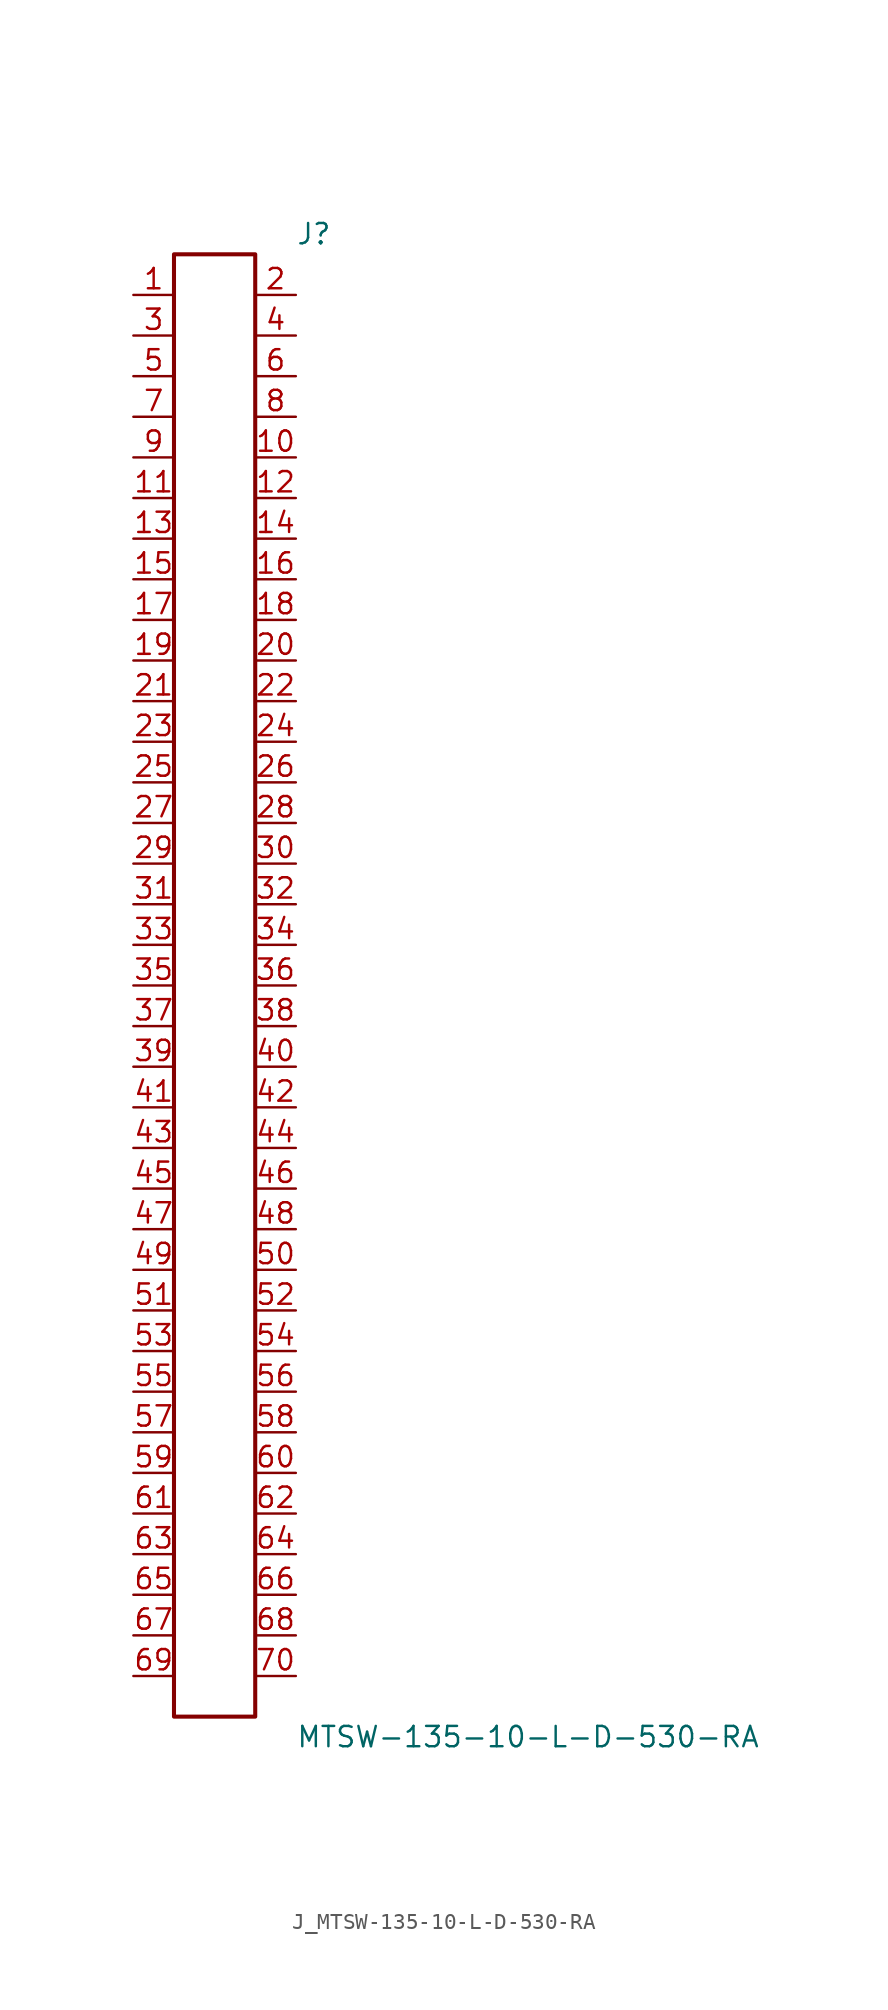
<source format=kicad_sym>
(kicad_symbol_lib
  (version 20231120)
  (generator kicad_symbol_editor)
  (generator_version 8.0)
  (symbol "J_MTSW-135-10-L-D-530-RA"
    (pin_names
      (offset 0.254))
    (property "Reference" "J"
      (at 5.08 46.99 0)
      (effects (font (size 1.27 1.27)) (justify left)))
    (property "Value" "MTSW-135-10-L-D-530-RA"
      (at 5.08 -46.99 0)
      (effects (font (size 1.27 1.27)) (justify left)))
    (symbol "J_MTSW-135-10-L-D-530-RA_0_0"
      (pin passive line (at -5.08 43.18 0) (length 2.54) (name "" (effects (font (size 1.27 1.27)))) (number "1" (effects (font (size 1.27 1.27)))))
      (pin passive line (at 5.08 43.18 180) (length 2.54) (name "" (effects (font (size 1.27 1.27)))) (number "2" (effects (font (size 1.27 1.27)))))
      (pin passive line (at -5.08 40.64 0) (length 2.54) (name "" (effects (font (size 1.27 1.27)))) (number "3" (effects (font (size 1.27 1.27)))))
      (pin passive line (at 5.08 40.64 180) (length 2.54) (name "" (effects (font (size 1.27 1.27)))) (number "4" (effects (font (size 1.27 1.27)))))
      (pin passive line (at -5.08 38.1 0) (length 2.54) (name "" (effects (font (size 1.27 1.27)))) (number "5" (effects (font (size 1.27 1.27)))))
      (pin passive line (at 5.08 38.1 180) (length 2.54) (name "" (effects (font (size 1.27 1.27)))) (number "6" (effects (font (size 1.27 1.27)))))
      (pin passive line (at -5.08 35.56 0) (length 2.54) (name "" (effects (font (size 1.27 1.27)))) (number "7" (effects (font (size 1.27 1.27)))))
      (pin passive line (at 5.08 35.56 180) (length 2.54) (name "" (effects (font (size 1.27 1.27)))) (number "8" (effects (font (size 1.27 1.27)))))
      (pin passive line (at -5.08 33.02 0) (length 2.54) (name "" (effects (font (size 1.27 1.27)))) (number "9" (effects (font (size 1.27 1.27)))))
      (pin passive line (at 5.08 33.02 180) (length 2.54) (name "" (effects (font (size 1.27 1.27)))) (number "10" (effects (font (size 1.27 1.27)))))
      (pin passive line (at -5.08 30.48 0) (length 2.54) (name "" (effects (font (size 1.27 1.27)))) (number "11" (effects (font (size 1.27 1.27)))))
      (pin passive line (at 5.08 30.48 180) (length 2.54) (name "" (effects (font (size 1.27 1.27)))) (number "12" (effects (font (size 1.27 1.27)))))
      (pin passive line (at -5.08 27.94 0) (length 2.54) (name "" (effects (font (size 1.27 1.27)))) (number "13" (effects (font (size 1.27 1.27)))))
      (pin passive line (at 5.08 27.94 180) (length 2.54) (name "" (effects (font (size 1.27 1.27)))) (number "14" (effects (font (size 1.27 1.27)))))
      (pin passive line (at -5.08 25.4 0) (length 2.54) (name "" (effects (font (size 1.27 1.27)))) (number "15" (effects (font (size 1.27 1.27)))))
      (pin passive line (at 5.08 25.4 180) (length 2.54) (name "" (effects (font (size 1.27 1.27)))) (number "16" (effects (font (size 1.27 1.27)))))
      (pin passive line (at -5.08 22.86 0) (length 2.54) (name "" (effects (font (size 1.27 1.27)))) (number "17" (effects (font (size 1.27 1.27)))))
      (pin passive line (at 5.08 22.86 180) (length 2.54) (name "" (effects (font (size 1.27 1.27)))) (number "18" (effects (font (size 1.27 1.27)))))
      (pin passive line (at -5.08 20.32 0) (length 2.54) (name "" (effects (font (size 1.27 1.27)))) (number "19" (effects (font (size 1.27 1.27)))))
      (pin passive line (at 5.08 20.32 180) (length 2.54) (name "" (effects (font (size 1.27 1.27)))) (number "20" (effects (font (size 1.27 1.27)))))
      (pin passive line (at -5.08 17.78 0) (length 2.54) (name "" (effects (font (size 1.27 1.27)))) (number "21" (effects (font (size 1.27 1.27)))))
      (pin passive line (at 5.08 17.78 180) (length 2.54) (name "" (effects (font (size 1.27 1.27)))) (number "22" (effects (font (size 1.27 1.27)))))
      (pin passive line (at -5.08 15.24 0) (length 2.54) (name "" (effects (font (size 1.27 1.27)))) (number "23" (effects (font (size 1.27 1.27)))))
      (pin passive line (at 5.08 15.24 180) (length 2.54) (name "" (effects (font (size 1.27 1.27)))) (number "24" (effects (font (size 1.27 1.27)))))
      (pin passive line (at -5.08 12.7 0) (length 2.54) (name "" (effects (font (size 1.27 1.27)))) (number "25" (effects (font (size 1.27 1.27)))))
      (pin passive line (at 5.08 12.7 180) (length 2.54) (name "" (effects (font (size 1.27 1.27)))) (number "26" (effects (font (size 1.27 1.27)))))
      (pin passive line (at -5.08 10.16 0) (length 2.54) (name "" (effects (font (size 1.27 1.27)))) (number "27" (effects (font (size 1.27 1.27)))))
      (pin passive line (at 5.08 10.16 180) (length 2.54) (name "" (effects (font (size 1.27 1.27)))) (number "28" (effects (font (size 1.27 1.27)))))
      (pin passive line (at -5.08 7.62 0) (length 2.54) (name "" (effects (font (size 1.27 1.27)))) (number "29" (effects (font (size 1.27 1.27)))))
      (pin passive line (at 5.08 7.62 180) (length 2.54) (name "" (effects (font (size 1.27 1.27)))) (number "30" (effects (font (size 1.27 1.27)))))
      (pin passive line (at -5.08 5.08 0) (length 2.54) (name "" (effects (font (size 1.27 1.27)))) (number "31" (effects (font (size 1.27 1.27)))))
      (pin passive line (at 5.08 5.08 180) (length 2.54) (name "" (effects (font (size 1.27 1.27)))) (number "32" (effects (font (size 1.27 1.27)))))
      (pin passive line (at -5.08 2.54 0) (length 2.54) (name "" (effects (font (size 1.27 1.27)))) (number "33" (effects (font (size 1.27 1.27)))))
      (pin passive line (at 5.08 2.54 180) (length 2.54) (name "" (effects (font (size 1.27 1.27)))) (number "34" (effects (font (size 1.27 1.27)))))
      (pin passive line (at -5.08 0.0 0) (length 2.54) (name "" (effects (font (size 1.27 1.27)))) (number "35" (effects (font (size 1.27 1.27)))))
      (pin passive line (at 5.08 0.0 180) (length 2.54) (name "" (effects (font (size 1.27 1.27)))) (number "36" (effects (font (size 1.27 1.27)))))
      (pin passive line (at -5.08 -2.54 0) (length 2.54) (name "" (effects (font (size 1.27 1.27)))) (number "37" (effects (font (size 1.27 1.27)))))
      (pin passive line (at 5.08 -2.54 180) (length 2.54) (name "" (effects (font (size 1.27 1.27)))) (number "38" (effects (font (size 1.27 1.27)))))
      (pin passive line (at -5.08 -5.08 0) (length 2.54) (name "" (effects (font (size 1.27 1.27)))) (number "39" (effects (font (size 1.27 1.27)))))
      (pin passive line (at 5.08 -5.08 180) (length 2.54) (name "" (effects (font (size 1.27 1.27)))) (number "40" (effects (font (size 1.27 1.27)))))
      (pin passive line (at -5.08 -7.62 0) (length 2.54) (name "" (effects (font (size 1.27 1.27)))) (number "41" (effects (font (size 1.27 1.27)))))
      (pin passive line (at 5.08 -7.62 180) (length 2.54) (name "" (effects (font (size 1.27 1.27)))) (number "42" (effects (font (size 1.27 1.27)))))
      (pin passive line (at -5.08 -10.16 0) (length 2.54) (name "" (effects (font (size 1.27 1.27)))) (number "43" (effects (font (size 1.27 1.27)))))
      (pin passive line (at 5.08 -10.16 180) (length 2.54) (name "" (effects (font (size 1.27 1.27)))) (number "44" (effects (font (size 1.27 1.27)))))
      (pin passive line (at -5.08 -12.7 0) (length 2.54) (name "" (effects (font (size 1.27 1.27)))) (number "45" (effects (font (size 1.27 1.27)))))
      (pin passive line (at 5.08 -12.7 180) (length 2.54) (name "" (effects (font (size 1.27 1.27)))) (number "46" (effects (font (size 1.27 1.27)))))
      (pin passive line (at -5.08 -15.24 0) (length 2.54) (name "" (effects (font (size 1.27 1.27)))) (number "47" (effects (font (size 1.27 1.27)))))
      (pin passive line (at 5.08 -15.24 180) (length 2.54) (name "" (effects (font (size 1.27 1.27)))) (number "48" (effects (font (size 1.27 1.27)))))
      (pin passive line (at -5.08 -17.78 0) (length 2.54) (name "" (effects (font (size 1.27 1.27)))) (number "49" (effects (font (size 1.27 1.27)))))
      (pin passive line (at 5.08 -17.78 180) (length 2.54) (name "" (effects (font (size 1.27 1.27)))) (number "50" (effects (font (size 1.27 1.27)))))
      (pin passive line (at -5.08 -20.32 0) (length 2.54) (name "" (effects (font (size 1.27 1.27)))) (number "51" (effects (font (size 1.27 1.27)))))
      (pin passive line (at 5.08 -20.32 180) (length 2.54) (name "" (effects (font (size 1.27 1.27)))) (number "52" (effects (font (size 1.27 1.27)))))
      (pin passive line (at -5.08 -22.86 0) (length 2.54) (name "" (effects (font (size 1.27 1.27)))) (number "53" (effects (font (size 1.27 1.27)))))
      (pin passive line (at 5.08 -22.86 180) (length 2.54) (name "" (effects (font (size 1.27 1.27)))) (number "54" (effects (font (size 1.27 1.27)))))
      (pin passive line (at -5.08 -25.4 0) (length 2.54) (name "" (effects (font (size 1.27 1.27)))) (number "55" (effects (font (size 1.27 1.27)))))
      (pin passive line (at 5.08 -25.4 180) (length 2.54) (name "" (effects (font (size 1.27 1.27)))) (number "56" (effects (font (size 1.27 1.27)))))
      (pin passive line (at -5.08 -27.94 0) (length 2.54) (name "" (effects (font (size 1.27 1.27)))) (number "57" (effects (font (size 1.27 1.27)))))
      (pin passive line (at 5.08 -27.94 180) (length 2.54) (name "" (effects (font (size 1.27 1.27)))) (number "58" (effects (font (size 1.27 1.27)))))
      (pin passive line (at -5.08 -30.48 0) (length 2.54) (name "" (effects (font (size 1.27 1.27)))) (number "59" (effects (font (size 1.27 1.27)))))
      (pin passive line (at 5.08 -30.48 180) (length 2.54) (name "" (effects (font (size 1.27 1.27)))) (number "60" (effects (font (size 1.27 1.27)))))
      (pin passive line (at -5.08 -33.02 0) (length 2.54) (name "" (effects (font (size 1.27 1.27)))) (number "61" (effects (font (size 1.27 1.27)))))
      (pin passive line (at 5.08 -33.02 180) (length 2.54) (name "" (effects (font (size 1.27 1.27)))) (number "62" (effects (font (size 1.27 1.27)))))
      (pin passive line (at -5.08 -35.56 0) (length 2.54) (name "" (effects (font (size 1.27 1.27)))) (number "63" (effects (font (size 1.27 1.27)))))
      (pin passive line (at 5.08 -35.56 180) (length 2.54) (name "" (effects (font (size 1.27 1.27)))) (number "64" (effects (font (size 1.27 1.27)))))
      (pin passive line (at -5.08 -38.1 0) (length 2.54) (name "" (effects (font (size 1.27 1.27)))) (number "65" (effects (font (size 1.27 1.27)))))
      (pin passive line (at 5.08 -38.1 180) (length 2.54) (name "" (effects (font (size 1.27 1.27)))) (number "66" (effects (font (size 1.27 1.27)))))
      (pin passive line (at -5.08 -40.64 0) (length 2.54) (name "" (effects (font (size 1.27 1.27)))) (number "67" (effects (font (size 1.27 1.27)))))
      (pin passive line (at 5.08 -40.64 180) (length 2.54) (name "" (effects (font (size 1.27 1.27)))) (number "68" (effects (font (size 1.27 1.27)))))
      (pin passive line (at -5.08 -43.18 0) (length 2.54) (name "" (effects (font (size 1.27 1.27)))) (number "69" (effects (font (size 1.27 1.27)))))
      (pin passive line (at 5.08 -43.18 180) (length 2.54) (name "" (effects (font (size 1.27 1.27)))) (number "70" (effects (font (size 1.27 1.27))))))
    (symbol "J_MTSW-135-10-L-D-530-RA_1_0"
      (rectangle (start -2.54 45.72) (end 2.54 -45.72) (stroke (width 0.254) (type solid)) (fill (type none))))))
</source>
